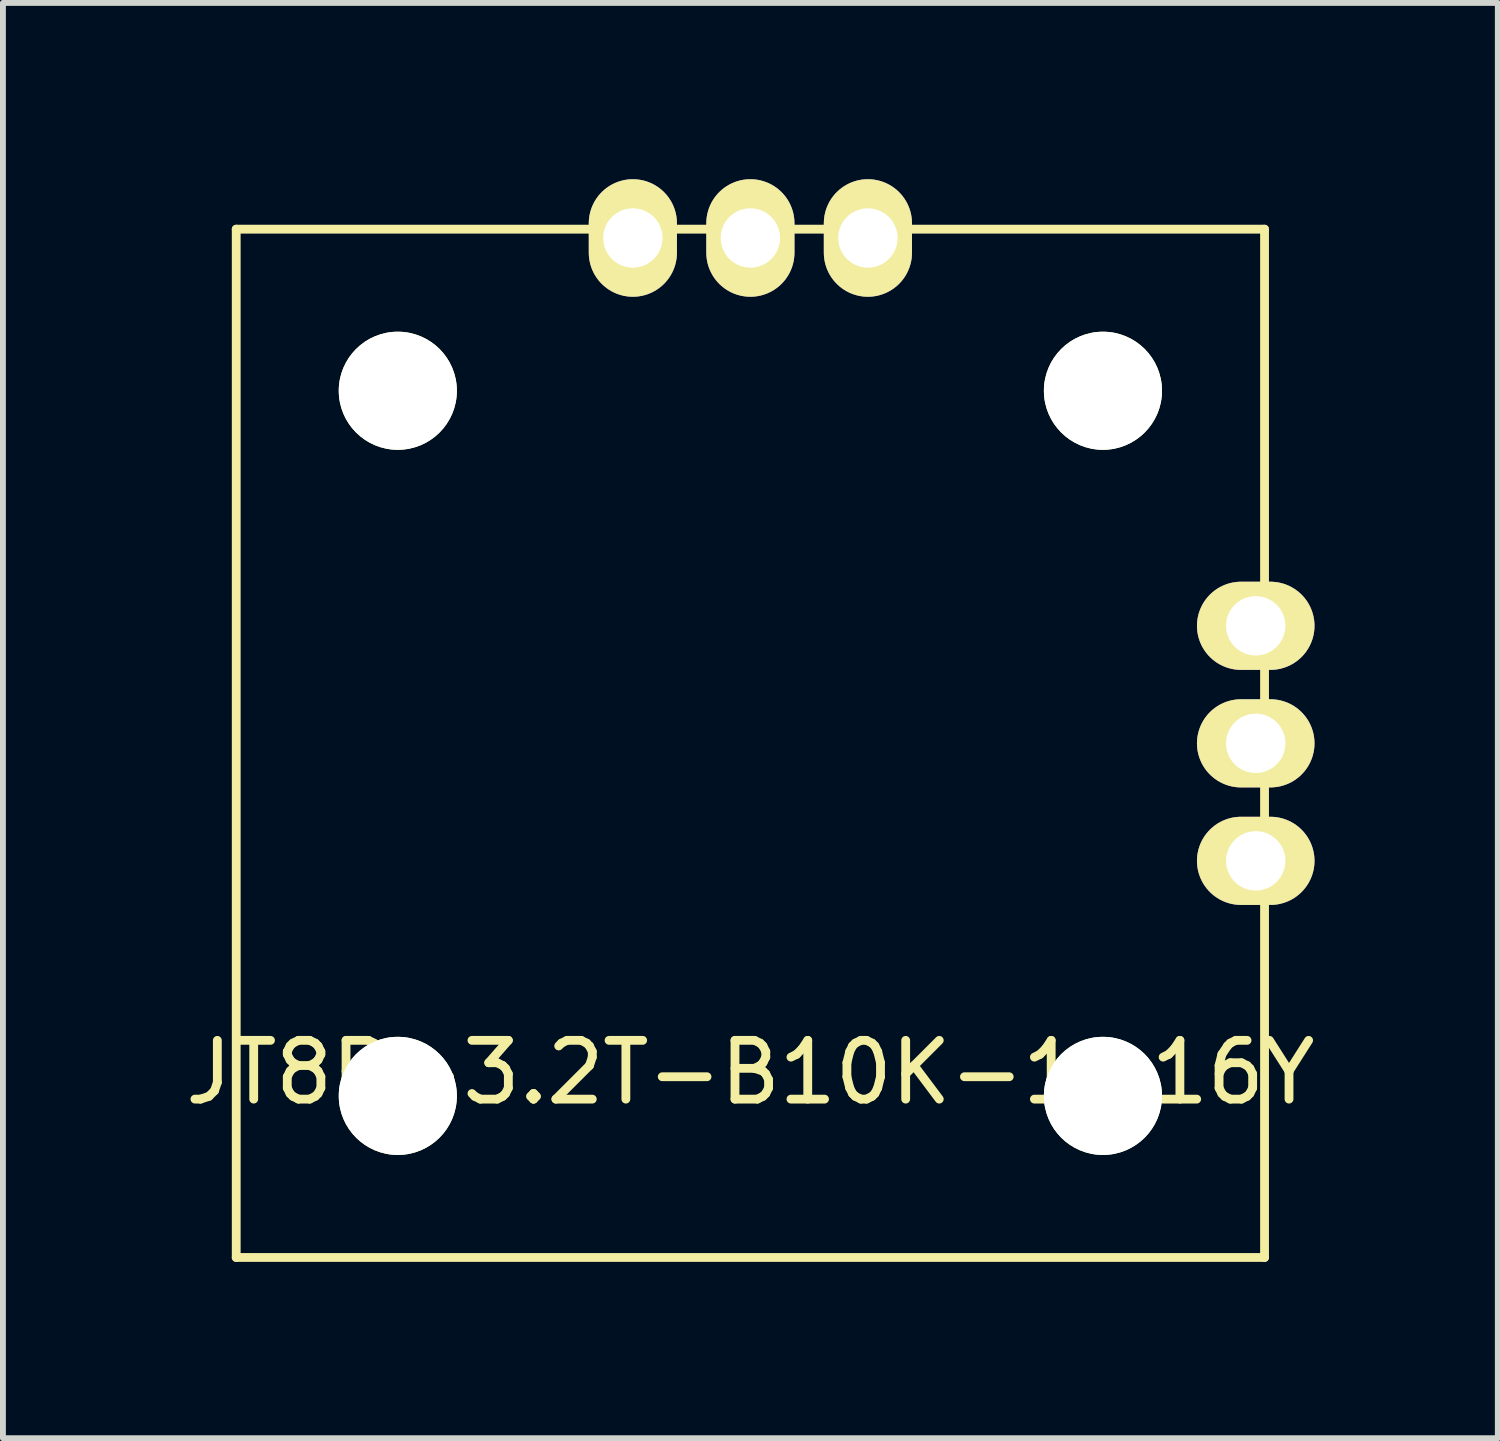
<source format=kicad_pcb>
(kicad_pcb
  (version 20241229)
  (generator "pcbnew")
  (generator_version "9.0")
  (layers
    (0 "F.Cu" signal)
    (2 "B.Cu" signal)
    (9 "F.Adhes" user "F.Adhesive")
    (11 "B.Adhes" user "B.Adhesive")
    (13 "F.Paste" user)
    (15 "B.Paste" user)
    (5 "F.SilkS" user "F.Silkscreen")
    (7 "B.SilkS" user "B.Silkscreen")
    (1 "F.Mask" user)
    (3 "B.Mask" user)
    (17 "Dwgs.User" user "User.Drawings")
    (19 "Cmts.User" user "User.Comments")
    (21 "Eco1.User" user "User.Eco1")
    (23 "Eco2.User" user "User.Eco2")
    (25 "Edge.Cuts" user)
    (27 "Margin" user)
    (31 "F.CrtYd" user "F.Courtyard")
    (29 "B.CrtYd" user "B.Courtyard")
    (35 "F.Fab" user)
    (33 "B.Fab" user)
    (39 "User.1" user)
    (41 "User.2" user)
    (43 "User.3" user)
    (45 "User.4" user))
  (footprint "JT8P-3.2T-B10K-1-16Y"
    (layer "F.Cu")
    (at 9.72 9.6)
    (property "Reference" "JT8P-3.2T-B10K-1-16Y" (at 0 5.6 0) (layer "F.SilkS") (effects (font (size 1 1) (thickness 0.15))))
    (attr through_hole)
    (fp_line (start -8.75 -8.75) (end -8.75 8.75) (stroke (width 0.15) (type solid)) (layer "F.SilkS"))
    (fp_line (start -8.75 -8.75) (end 8.75 -8.75) (stroke (width 0.15) (type solid)) (layer "F.SilkS"))
    (fp_line (start -8.75 8.75) (end 8.75 8.75) (stroke (width 0.15) (type solid)) (layer "F.SilkS"))
    (fp_line (start 8.75 -8.75) (end 8.75 8.75) (stroke (width 0.15) (type solid)) (layer "F.SilkS"))
    (pad "" np_thru_hole circle (at -6 -6) (size 2.01 2.01) (drill 2.01) (layers "*.Cu" "*.Mask" "F.SilkS"))
    (pad "" np_thru_hole circle (at -6 6) (size 2.01 2.01) (drill 2.01) (layers "*.Cu" "*.Mask" "F.SilkS"))
    (pad "" np_thru_hole circle (at 6 -6) (size 2.01 2.01) (drill 2.01) (layers "*.Cu" "*.Mask" "F.SilkS"))
    (pad "" np_thru_hole circle (at 6 6) (size 2.01 2.01) (drill 2.01) (layers "*.Cu" "*.Mask" "F.SilkS"))
    (pad "1" thru_hole oval (at 2 -8.6) (size 1.5 2) (drill 1.01) (layers "*.Cu" "*.Mask" "F.SilkS"))
    (pad "1" thru_hole oval (at 8.6 2) (size 2 1.5) (drill 1.01) (layers "*.Cu" "*.Mask" "F.SilkS"))
    (pad "2" thru_hole oval (at 0 -8.6) (size 1.5 2) (drill 1.01) (layers "*.Cu" "*.Mask" "F.SilkS"))
    (pad "3" thru_hole oval (at -2 -8.6) (size 1.5 2) (drill 1.01) (layers "*.Cu" "*.Mask" "F.SilkS"))
    (pad "3" thru_hole oval (at 8.6 -2) (size 2 1.5) (drill 1.01) (layers "*.Cu" "*.Mask" "F.SilkS"))
    (pad "4" thru_hole oval (at 8.6 0) (size 2 1.5) (drill 1.01) (layers "*.Cu" "*.Mask" "F.SilkS")))
  (gr_rect
    (start -3 -3)
    (end 22.44 21.425)
    (stroke (width 0.1) (type default))
    (fill no)
    (layer "Edge.Cuts")))
</source>
